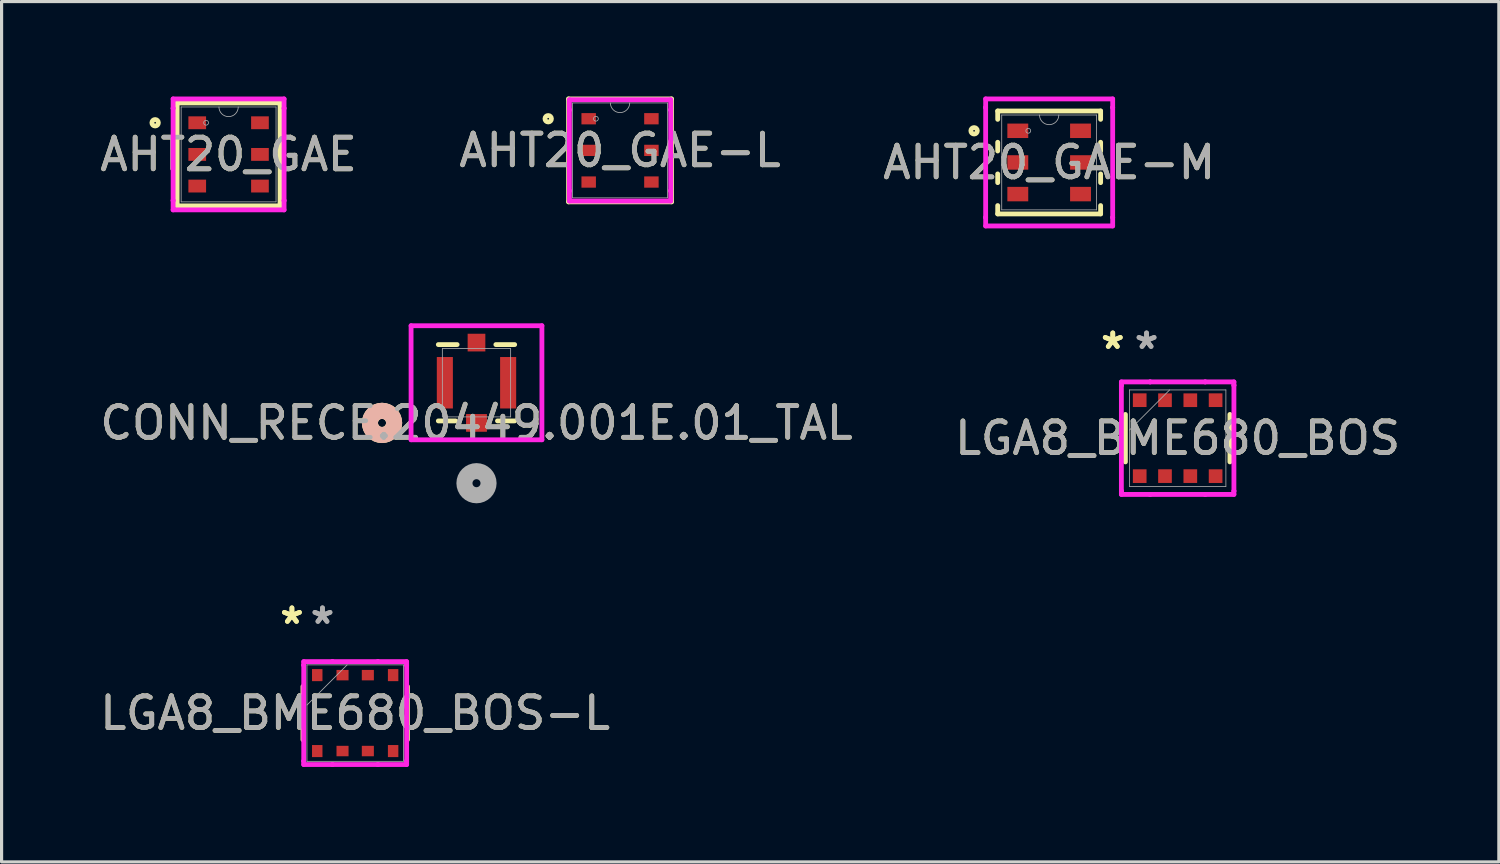
<source format=kicad_pcb>
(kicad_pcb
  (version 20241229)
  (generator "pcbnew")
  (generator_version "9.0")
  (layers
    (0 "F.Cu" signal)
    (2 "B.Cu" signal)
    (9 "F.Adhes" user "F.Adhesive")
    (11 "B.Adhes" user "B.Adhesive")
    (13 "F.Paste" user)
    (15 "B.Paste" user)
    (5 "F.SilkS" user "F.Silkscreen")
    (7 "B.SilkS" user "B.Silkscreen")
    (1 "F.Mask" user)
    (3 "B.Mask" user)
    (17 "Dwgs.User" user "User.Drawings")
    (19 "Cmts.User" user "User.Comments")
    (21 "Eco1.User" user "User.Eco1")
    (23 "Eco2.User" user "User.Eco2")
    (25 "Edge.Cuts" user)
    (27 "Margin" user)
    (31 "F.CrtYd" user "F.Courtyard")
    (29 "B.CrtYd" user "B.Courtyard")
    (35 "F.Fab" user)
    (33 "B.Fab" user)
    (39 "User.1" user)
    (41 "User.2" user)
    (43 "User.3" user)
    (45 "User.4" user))
  (footprint "AHT20_GAE-M"
    (layer "F.Cu")
    (at 30.101 2.083)
    (property "Reference" "AHT20_GAE-M" (at 0 0 0) (unlocked yes) (layer "F.SilkS") (effects (font (size 1 1) (thickness 0.15))))
    (attr smd)
    (fp_line (start -1.626 -1.626) (end -1.626 -1.362) (stroke (width 0.152) (type solid)) (layer "F.SilkS"))
    (fp_line (start -1.626 -0.638) (end -1.626 -0.362) (stroke (width 0.152) (type solid)) (layer "F.SilkS"))
    (fp_line (start -1.626 0.362) (end -1.626 0.638) (stroke (width 0.152) (type solid)) (layer "F.SilkS"))
    (fp_line (start -1.626 1.362) (end -1.626 1.626) (stroke (width 0.152) (type solid)) (layer "F.SilkS"))
    (fp_line (start -1.626 1.626) (end 1.626 1.626) (stroke (width 0.152) (type solid)) (layer "F.SilkS"))
    (fp_line (start 1.626 -1.626) (end -1.626 -1.626) (stroke (width 0.152) (type solid)) (layer "F.SilkS"))
    (fp_line (start 1.626 -1.362) (end 1.626 -1.626) (stroke (width 0.152) (type solid)) (layer "F.SilkS"))
    (fp_line (start 1.626 -0.362) (end 1.626 -0.638) (stroke (width 0.152) (type solid)) (layer "F.SilkS"))
    (fp_line (start 1.626 0.638) (end 1.626 0.362) (stroke (width 0.152) (type solid)) (layer "F.SilkS"))
    (fp_line (start 1.626 1.626) (end 1.626 1.362) (stroke (width 0.152) (type solid)) (layer "F.SilkS"))
    (fp_circle (center -2.372 -1) (end -2.27 -1) (stroke (width 0.152) (type solid)) (fill no) (layer "F.SilkS"))
    (fp_line (start -2.007 -2.007) (end 2.007 -2.007) (stroke (width 0.152) (type solid)) (layer "F.CrtYd"))
    (fp_line (start -2.007 -1.737) (end -2.007 -2.007) (stroke (width 0.152) (type solid)) (layer "F.CrtYd"))
    (fp_line (start -2.007 -1.737) (end -2.007 -1.737) (stroke (width 0.152) (type solid)) (layer "F.CrtYd"))
    (fp_line (start -2.007 1.737) (end -2.007 -1.737) (stroke (width 0.152) (type solid)) (layer "F.CrtYd"))
    (fp_line (start -2.007 1.737) (end -2.007 1.737) (stroke (width 0.152) (type solid)) (layer "F.CrtYd"))
    (fp_line (start -2.007 2.007) (end -2.007 1.737) (stroke (width 0.152) (type solid)) (layer "F.CrtYd"))
    (fp_line (start 2.007 -2.007) (end 2.007 -1.737) (stroke (width 0.152) (type solid)) (layer "F.CrtYd"))
    (fp_line (start 2.007 -1.737) (end 2.007 -1.737) (stroke (width 0.152) (type solid)) (layer "F.CrtYd"))
    (fp_line (start 2.007 -1.737) (end 2.007 1.737) (stroke (width 0.152) (type solid)) (layer "F.CrtYd"))
    (fp_line (start 2.007 1.737) (end 2.007 1.737) (stroke (width 0.152) (type solid)) (layer "F.CrtYd"))
    (fp_line (start 2.007 1.737) (end 2.007 2.007) (stroke (width 0.152) (type solid)) (layer "F.CrtYd"))
    (fp_line (start 2.007 2.007) (end -2.007 2.007) (stroke (width 0.152) (type solid)) (layer "F.CrtYd"))
    (fp_line (start -1.499 -1.499) (end -1.499 1.499) (stroke (width 0.025) (type solid)) (layer "F.Fab"))
    (fp_line (start -1.499 1.499) (end 1.499 1.499) (stroke (width 0.025) (type solid)) (layer "F.Fab"))
    (fp_line (start 1.499 -1.499) (end -1.499 -1.499) (stroke (width 0.025) (type solid)) (layer "F.Fab"))
    (fp_line (start 1.499 1.499) (end 1.499 -1.499) (stroke (width 0.025) (type solid)) (layer "F.Fab"))
    (fp_arc (start 0.3048 -1.4986) (mid 0 -1.1938) (end -0.3048 -1.4986) (stroke (width 0.0254) (type solid)) (layer "F.Fab"))
    (fp_circle (center -0.66 -1) (end -0.584 -1) (stroke (width 0.025) (type solid)) (fill no) (layer "F.Fab"))
    (fp_text user "${REFERENCE}" (at 0 0 0) (unlocked yes) (layer "F.Fab") (effects (font (size 1 1) (thickness 0.15))))
    (pad "1" smd rect (at -0.991 -1) (size 0.66 0.457) (layers "F.Cu" "F.Mask" "F.Paste"))
    (pad "2" smd rect (at -0.991 0) (size 0.66 0.457) (layers "F.Cu" "F.Mask" "F.Paste"))
    (pad "3" smd rect (at -0.991 1) (size 0.66 0.457) (layers "F.Cu" "F.Mask" "F.Paste"))
    (pad "4" smd rect (at 0.991 1) (size 0.66 0.457) (layers "F.Cu" "F.Mask" "F.Paste"))
    (pad "5" smd rect (at 0.991 0) (size 0.66 0.457) (layers "F.Cu" "F.Mask" "F.Paste"))
    (pad "6" smd rect (at 0.991 -1) (size 0.66 0.457) (layers "F.Cu" "F.Mask" "F.Paste")))
  (footprint "LGA8_BME680_BOS"
    (layer "F.Cu")
    (at 34.161 10.795)
    (property "Reference" "LGA8_BME680_BOS" (at 0 0 0) (unlocked yes) (layer "F.SilkS") (effects (font (size 1 1) (thickness 0.15))))
    (attr smd)
    (fp_line (start -1.651 -0.75) (end -1.651 0.75) (stroke (width 0.152) (type solid)) (layer "F.SilkS"))
    (fp_line (start 1.651 0.75) (end 1.651 -0.75) (stroke (width 0.152) (type solid)) (layer "F.SilkS"))
    (fp_line (start -1.778 -1.778) (end -0.87 -1.778) (stroke (width 0.152) (type solid)) (layer "F.CrtYd"))
    (fp_line (start -1.778 -1.67) (end -1.778 -1.778) (stroke (width 0.152) (type solid)) (layer "F.CrtYd"))
    (fp_line (start -1.778 -1.67) (end -1.778 -1.67) (stroke (width 0.152) (type solid)) (layer "F.CrtYd"))
    (fp_line (start -1.778 1.67) (end -1.778 -1.67) (stroke (width 0.152) (type solid)) (layer "F.CrtYd"))
    (fp_line (start -1.778 1.67) (end -1.778 1.67) (stroke (width 0.152) (type solid)) (layer "F.CrtYd"))
    (fp_line (start -1.778 1.778) (end -1.778 1.67) (stroke (width 0.152) (type solid)) (layer "F.CrtYd"))
    (fp_line (start -1.778 1.778) (end -0.87 1.778) (stroke (width 0.152) (type solid)) (layer "F.CrtYd"))
    (fp_line (start -0.87 -1.778) (end -0.87 -1.778) (stroke (width 0.152) (type solid)) (layer "F.CrtYd"))
    (fp_line (start -0.87 -1.778) (end 0.87 -1.778) (stroke (width 0.152) (type solid)) (layer "F.CrtYd"))
    (fp_line (start -0.87 1.778) (end -0.87 1.778) (stroke (width 0.152) (type solid)) (layer "F.CrtYd"))
    (fp_line (start -0.87 1.778) (end 0.87 1.778) (stroke (width 0.152) (type solid)) (layer "F.CrtYd"))
    (fp_line (start 0.87 -1.778) (end 0.87 -1.778) (stroke (width 0.152) (type solid)) (layer "F.CrtYd"))
    (fp_line (start 0.87 -1.778) (end 1.778 -1.778) (stroke (width 0.152) (type solid)) (layer "F.CrtYd"))
    (fp_line (start 0.87 1.778) (end 0.87 1.778) (stroke (width 0.152) (type solid)) (layer "F.CrtYd"))
    (fp_line (start 0.87 1.778) (end 1.778 1.778) (stroke (width 0.152) (type solid)) (layer "F.CrtYd"))
    (fp_line (start 1.778 -1.67) (end 1.778 -1.778) (stroke (width 0.152) (type solid)) (layer "F.CrtYd"))
    (fp_line (start 1.778 -1.67) (end 1.778 -1.67) (stroke (width 0.152) (type solid)) (layer "F.CrtYd"))
    (fp_line (start 1.778 1.67) (end 1.778 -1.67) (stroke (width 0.152) (type solid)) (layer "F.CrtYd"))
    (fp_line (start 1.778 1.67) (end 1.778 1.67) (stroke (width 0.152) (type solid)) (layer "F.CrtYd"))
    (fp_line (start 1.778 1.778) (end 1.778 1.67) (stroke (width 0.152) (type solid)) (layer "F.CrtYd"))
    (fp_line (start -1.524 -1.524) (end -1.524 1.524) (stroke (width 0.025) (type solid)) (layer "F.Fab"))
    (fp_line (start -1.524 -0.254) (end -0.254 -1.524) (stroke (width 0.025) (type solid)) (layer "F.Fab"))
    (fp_line (start -1.524 1.524) (end 1.524 1.524) (stroke (width 0.025) (type solid)) (layer "F.Fab"))
    (fp_line (start 1.524 -1.524) (end -1.524 -1.524) (stroke (width 0.025) (type solid)) (layer "F.Fab"))
    (fp_line (start 1.524 1.524) (end 1.524 -1.524) (stroke (width 0.025) (type solid)) (layer "F.Fab"))
    (fp_text user "*" (at -2.05 -2.781 0) (layer "F.SilkS") (effects (font (size 1 1) (thickness 0.15))))
    (fp_text user "*" (at -2.05 -2.781 0) (unlocked yes) (layer "F.SilkS") (effects (font (size 1 1) (thickness 0.15))))
    (fp_text user "*" (at -0.983 -2.781 0) (unlocked yes) (layer "F.Fab") (effects (font (size 1 1) (thickness 0.15))))
    (fp_text user "*" (at -0.983 -2.781 0) (layer "F.Fab") (effects (font (size 1 1) (thickness 0.15))))
    (fp_text user "${REFERENCE}" (at 0 0 0) (unlocked yes) (layer "F.Fab") (effects (font (size 1 1) (thickness 0.15))))
    (pad "1" smd rect (at -1.199 -1.2 90) (size 0.432 0.432) (layers "F.Cu" "F.Mask" "F.Paste"))
    (pad "2" smd rect (at -0.4 -1.199) (size 0.432 0.432) (layers "F.Cu" "F.Mask" "F.Paste"))
    (pad "3" smd rect (at 0.4 -1.199) (size 0.432 0.432) (layers "F.Cu" "F.Mask" "F.Paste"))
    (pad "4" smd rect (at 1.199 -1.2 90) (size 0.432 0.432) (layers "F.Cu" "F.Mask" "F.Paste"))
    (pad "5" smd rect (at 1.199 1.2 90) (size 0.432 0.432) (layers "F.Cu" "F.Mask" "F.Paste"))
    (pad "6" smd rect (at 0.4 1.199) (size 0.432 0.432) (layers "F.Cu" "F.Mask" "F.Paste"))
    (pad "7" smd rect (at -0.4 1.199) (size 0.432 0.432) (layers "F.Cu" "F.Mask" "F.Paste"))
    (pad "8" smd rect (at -1.199 1.2 90) (size 0.432 0.432) (layers "F.Cu" "F.Mask" "F.Paste")))
  (footprint "CONN_RECE.20449.001E.01_TAL"
    (layer "F.Cu")
    (at 12.006 9.044)
    (property "Reference" "CONN_RECE.20449.001E.01_TAL" (at 0 1.269 0) (unlocked yes) (layer "F.SilkS") (effects (font (size 1 1) (thickness 0.15))))
    (attr smd)
    (fp_line (start -1.206 1.206) (end -0.663 1.206) (stroke (width 0.152) (type solid)) (layer "F.SilkS"))
    (fp_line (start -0.612 -1.206) (end -1.206 -1.206) (stroke (width 0.152) (type solid)) (layer "F.SilkS"))
    (fp_line (start 0.663 1.206) (end 1.206 1.206) (stroke (width 0.152) (type solid)) (layer "F.SilkS"))
    (fp_line (start 1.206 -1.206) (end 0.612 -1.206) (stroke (width 0.152) (type solid)) (layer "F.SilkS"))
    (fp_circle (center -2.985 1.269) (end -2.603 1.269) (stroke (width 0.508) (type solid)) (fill no) (layer "F.SilkS"))
    (fp_circle (center -2.985 1.269) (end -2.603 1.269) (stroke (width 0.508) (type solid)) (fill no) (layer "B.SilkS"))
    (fp_line (start -2.067 -1.802) (end -2.067 1.802) (stroke (width 0.152) (type solid)) (layer "F.CrtYd"))
    (fp_line (start -2.067 1.802) (end 2.067 1.802) (stroke (width 0.152) (type solid)) (layer "F.CrtYd"))
    (fp_line (start 2.067 -1.802) (end -2.067 -1.802) (stroke (width 0.152) (type solid)) (layer "F.CrtYd"))
    (fp_line (start 2.067 1.802) (end 2.067 -1.802) (stroke (width 0.152) (type solid)) (layer "F.CrtYd"))
    (fp_line (start -1.079 -1.079) (end -1.079 1.079) (stroke (width 0.025) (type solid)) (layer "F.Fab"))
    (fp_line (start -1.079 1.079) (end 1.079 1.079) (stroke (width 0.025) (type solid)) (layer "F.Fab"))
    (fp_line (start 1.079 -1.079) (end -1.079 -1.079) (stroke (width 0.025) (type solid)) (layer "F.Fab"))
    (fp_line (start 1.079 1.079) (end 1.079 -1.079) (stroke (width 0.025) (type solid)) (layer "F.Fab"))
    (fp_circle (center 0 3.174) (end 0.381 3.174) (stroke (width 0.508) (type solid)) (fill no) (layer "F.Fab"))
    (fp_text user "${REFERENCE}" (at 0 1.269 0) (unlocked yes) (layer "F.Fab") (effects (font (size 1 1) (thickness 0.15))))
    (pad "1" smd rect (at 0 1.269) (size 0.66 0.559) (layers "F.Cu" "F.Mask" "F.Paste"))
    (pad "2" smd rect (at -1 -0.000084 90) (size 1.626 0.508) (layers "F.Cu" "F.Mask" "F.Paste"))
    (pad "3" smd rect (at 1 -0.000084 90) (size 1.626 0.508) (layers "F.Cu" "F.Mask" "F.Paste"))
    (pad "4" smd rect (at 0 -1.269) (size 0.559 0.559) (layers "F.Cu" "F.Mask" "F.Paste")))
  (footprint "LGA8_BME680_BOS-L"
    (layer "F.Cu")
    (at 8.173 19.482)
    (property "Reference" "LGA8_BME680_BOS-L" (at 0 0 0) (unlocked yes) (layer "F.SilkS") (effects (font (size 1 1) (thickness 0.15))))
    (attr smd)
    (fp_line (start -1.651 -0.841) (end -1.651 0.841) (stroke (width 0.152) (type solid)) (layer "F.SilkS"))
    (fp_line (start 1.651 0.841) (end 1.651 -0.841) (stroke (width 0.152) (type solid)) (layer "F.SilkS"))
    (fp_line (start -1.626 -1.626) (end -0.718 -1.626) (stroke (width 0.152) (type solid)) (layer "F.CrtYd"))
    (fp_line (start -1.626 -1.518) (end -1.626 -1.626) (stroke (width 0.152) (type solid)) (layer "F.CrtYd"))
    (fp_line (start -1.626 -1.518) (end -1.626 -1.518) (stroke (width 0.152) (type solid)) (layer "F.CrtYd"))
    (fp_line (start -1.626 1.518) (end -1.626 -1.518) (stroke (width 0.152) (type solid)) (layer "F.CrtYd"))
    (fp_line (start -1.626 1.518) (end -1.626 1.518) (stroke (width 0.152) (type solid)) (layer "F.CrtYd"))
    (fp_line (start -1.626 1.626) (end -1.626 1.518) (stroke (width 0.152) (type solid)) (layer "F.CrtYd"))
    (fp_line (start -1.626 1.626) (end -0.718 1.626) (stroke (width 0.152) (type solid)) (layer "F.CrtYd"))
    (fp_line (start -0.718 -1.626) (end -0.718 -1.626) (stroke (width 0.152) (type solid)) (layer "F.CrtYd"))
    (fp_line (start -0.718 -1.626) (end 0.718 -1.626) (stroke (width 0.152) (type solid)) (layer "F.CrtYd"))
    (fp_line (start -0.718 1.626) (end -0.718 1.626) (stroke (width 0.152) (type solid)) (layer "F.CrtYd"))
    (fp_line (start -0.718 1.626) (end 0.718 1.626) (stroke (width 0.152) (type solid)) (layer "F.CrtYd"))
    (fp_line (start 0.718 -1.626) (end 0.718 -1.626) (stroke (width 0.152) (type solid)) (layer "F.CrtYd"))
    (fp_line (start 0.718 -1.626) (end 1.626 -1.626) (stroke (width 0.152) (type solid)) (layer "F.CrtYd"))
    (fp_line (start 0.718 1.626) (end 0.718 1.626) (stroke (width 0.152) (type solid)) (layer "F.CrtYd"))
    (fp_line (start 0.718 1.626) (end 1.626 1.626) (stroke (width 0.152) (type solid)) (layer "F.CrtYd"))
    (fp_line (start 1.626 -1.518) (end 1.626 -1.626) (stroke (width 0.152) (type solid)) (layer "F.CrtYd"))
    (fp_line (start 1.626 -1.518) (end 1.626 -1.518) (stroke (width 0.152) (type solid)) (layer "F.CrtYd"))
    (fp_line (start 1.626 1.518) (end 1.626 -1.518) (stroke (width 0.152) (type solid)) (layer "F.CrtYd"))
    (fp_line (start 1.626 1.518) (end 1.626 1.518) (stroke (width 0.152) (type solid)) (layer "F.CrtYd"))
    (fp_line (start 1.626 1.626) (end 1.626 1.518) (stroke (width 0.152) (type solid)) (layer "F.CrtYd"))
    (fp_line (start -1.524 -1.524) (end -1.524 1.524) (stroke (width 0.025) (type solid)) (layer "F.Fab"))
    (fp_line (start -1.524 -0.254) (end -0.254 -1.524) (stroke (width 0.025) (type solid)) (layer "F.Fab"))
    (fp_line (start -1.524 1.524) (end 1.524 1.524) (stroke (width 0.025) (type solid)) (layer "F.Fab"))
    (fp_line (start 1.524 -1.524) (end -1.524 -1.524) (stroke (width 0.025) (type solid)) (layer "F.Fab"))
    (fp_line (start 1.524 1.524) (end 1.524 -1.524) (stroke (width 0.025) (type solid)) (layer "F.Fab"))
    (fp_text user "*" (at -1.999 -2.781 0) (unlocked yes) (layer "F.SilkS") (effects (font (size 1 1) (thickness 0.15))))
    (fp_text user "*" (at -1.999 -2.781 0) (layer "F.SilkS") (effects (font (size 1 1) (thickness 0.15))))
    (fp_text user "*" (at -1.034 -2.781 0) (layer "F.Fab") (effects (font (size 1 1) (thickness 0.15))))
    (fp_text user "${REFERENCE}" (at 0 0 0) (unlocked yes) (layer "F.Fab") (effects (font (size 1 1) (thickness 0.15))))
    (fp_text user "*" (at -1.034 -2.781 0) (unlocked yes) (layer "F.Fab") (effects (font (size 1 1) (thickness 0.15))))
    (pad "1" smd rect (at -1.199 -1.2 90) (size 0.381 0.33) (layers "F.Cu" "F.Mask" "F.Paste"))
    (pad "2" smd rect (at -0.4 -1.199) (size 0.381 0.33) (layers "F.Cu" "F.Mask" "F.Paste"))
    (pad "3" smd rect (at 0.4 -1.199) (size 0.381 0.33) (layers "F.Cu" "F.Mask" "F.Paste"))
    (pad "4" smd rect (at 1.199 -1.2 90) (size 0.381 0.33) (layers "F.Cu" "F.Mask" "F.Paste"))
    (pad "5" smd rect (at 1.199 1.2 90) (size 0.381 0.33) (layers "F.Cu" "F.Mask" "F.Paste"))
    (pad "6" smd rect (at 0.4 1.199) (size 0.381 0.33) (layers "F.Cu" "F.Mask" "F.Paste"))
    (pad "7" smd rect (at -0.4 1.199) (size 0.381 0.33) (layers "F.Cu" "F.Mask" "F.Paste"))
    (pad "8" smd rect (at -1.199 1.2 90) (size 0.381 0.33) (layers "F.Cu" "F.Mask" "F.Paste")))
  (footprint "AHT20_GAE-L"
    (layer "F.Cu")
    (at 16.542 1.702)
    (property "Reference" "AHT20_GAE-L" (at 0 0 0) (unlocked yes) (layer "F.SilkS") (effects (font (size 1 1) (thickness 0.15))))
    (attr smd)
    (fp_line (start -1.626 -1.626) (end -1.626 1.626) (stroke (width 0.152) (type solid)) (layer "F.SilkS"))
    (fp_line (start -1.626 1.626) (end 1.626 1.626) (stroke (width 0.152) (type solid)) (layer "F.SilkS"))
    (fp_line (start 1.626 -1.626) (end -1.626 -1.626) (stroke (width 0.152) (type solid)) (layer "F.SilkS"))
    (fp_line (start 1.626 1.626) (end 1.626 -1.626) (stroke (width 0.152) (type solid)) (layer "F.SilkS"))
    (fp_circle (center -2.27 -1) (end -2.168 -1) (stroke (width 0.152) (type solid)) (fill no) (layer "F.SilkS"))
    (fp_line (start -1.6 -1.6) (end 1.6 -1.6) (stroke (width 0.152) (type solid)) (layer "F.CrtYd"))
    (fp_line (start -1.6 -1.279) (end -1.6 -1.6) (stroke (width 0.152) (type solid)) (layer "F.CrtYd"))
    (fp_line (start -1.6 -1.279) (end -1.6 -1.279) (stroke (width 0.152) (type solid)) (layer "F.CrtYd"))
    (fp_line (start -1.6 1.279) (end -1.6 -1.279) (stroke (width 0.152) (type solid)) (layer "F.CrtYd"))
    (fp_line (start -1.6 1.279) (end -1.6 1.279) (stroke (width 0.152) (type solid)) (layer "F.CrtYd"))
    (fp_line (start -1.6 1.6) (end -1.6 1.279) (stroke (width 0.152) (type solid)) (layer "F.CrtYd"))
    (fp_line (start 1.6 -1.6) (end 1.6 -1.279) (stroke (width 0.152) (type solid)) (layer "F.CrtYd"))
    (fp_line (start 1.6 -1.279) (end 1.6 -1.279) (stroke (width 0.152) (type solid)) (layer "F.CrtYd"))
    (fp_line (start 1.6 -1.279) (end 1.6 1.279) (stroke (width 0.152) (type solid)) (layer "F.CrtYd"))
    (fp_line (start 1.6 1.279) (end 1.6 1.279) (stroke (width 0.152) (type solid)) (layer "F.CrtYd"))
    (fp_line (start 1.6 1.279) (end 1.6 1.6) (stroke (width 0.152) (type solid)) (layer "F.CrtYd"))
    (fp_line (start 1.6 1.6) (end -1.6 1.6) (stroke (width 0.152) (type solid)) (layer "F.CrtYd"))
    (fp_line (start -1.499 -1.499) (end -1.499 1.499) (stroke (width 0.025) (type solid)) (layer "F.Fab"))
    (fp_line (start -1.499 1.499) (end 1.499 1.499) (stroke (width 0.025) (type solid)) (layer "F.Fab"))
    (fp_line (start 1.499 -1.499) (end -1.499 -1.499) (stroke (width 0.025) (type solid)) (layer "F.Fab"))
    (fp_line (start 1.499 1.499) (end 1.499 -1.499) (stroke (width 0.025) (type solid)) (layer "F.Fab"))
    (fp_arc (start 0.3048 -1.4986) (mid 0 -1.1938) (end -0.3048 -1.4986) (stroke (width 0.0254) (type solid)) (layer "F.Fab"))
    (fp_circle (center -0.762 -1) (end -0.686 -1) (stroke (width 0.025) (type solid)) (fill no) (layer "F.Fab"))
    (fp_text user "${REFERENCE}" (at 0 0 0) (unlocked yes) (layer "F.Fab") (effects (font (size 1 1) (thickness 0.15))))
    (pad "1" smd rect (at -0.991 -1) (size 0.457 0.356) (layers "F.Cu" "F.Mask" "F.Paste"))
    (pad "2" smd rect (at -0.991 0) (size 0.457 0.356) (layers "F.Cu" "F.Mask" "F.Paste"))
    (pad "3" smd rect (at -0.991 1) (size 0.457 0.356) (layers "F.Cu" "F.Mask" "F.Paste"))
    (pad "4" smd rect (at 0.991 1) (size 0.457 0.356) (layers "F.Cu" "F.Mask" "F.Paste"))
    (pad "5" smd rect (at 0.991 0) (size 0.457 0.356) (layers "F.Cu" "F.Mask" "F.Paste"))
    (pad "6" smd rect (at 0.991 -1) (size 0.457 0.356) (layers "F.Cu" "F.Mask" "F.Paste")))
  (footprint "AHT20_GAE"
    (layer "F.Cu")
    (at 4.173 1.829)
    (property "Reference" "AHT20_GAE" (at 0 0 0) (unlocked yes) (layer "F.SilkS") (effects (font (size 1 1) (thickness 0.15))))
    (attr smd)
    (fp_line (start -1.626 -1.626) (end -1.626 1.626) (stroke (width 0.152) (type solid)) (layer "F.SilkS"))
    (fp_line (start -1.626 1.626) (end 1.626 1.626) (stroke (width 0.152) (type solid)) (layer "F.SilkS"))
    (fp_line (start 1.626 -1.626) (end -1.626 -1.626) (stroke (width 0.152) (type solid)) (layer "F.SilkS"))
    (fp_line (start 1.626 1.626) (end 1.626 -1.626) (stroke (width 0.152) (type solid)) (layer "F.SilkS"))
    (fp_circle (center -2.321 -1) (end -2.219 -1) (stroke (width 0.152) (type solid)) (fill no) (layer "F.SilkS"))
    (fp_line (start -1.753 -1.753) (end 1.753 -1.753) (stroke (width 0.152) (type solid)) (layer "F.CrtYd"))
    (fp_line (start -1.753 -1.457) (end -1.753 -1.753) (stroke (width 0.152) (type solid)) (layer "F.CrtYd"))
    (fp_line (start -1.753 -1.457) (end -1.753 -1.457) (stroke (width 0.152) (type solid)) (layer "F.CrtYd"))
    (fp_line (start -1.753 1.457) (end -1.753 -1.457) (stroke (width 0.152) (type solid)) (layer "F.CrtYd"))
    (fp_line (start -1.753 1.457) (end -1.753 1.457) (stroke (width 0.152) (type solid)) (layer "F.CrtYd"))
    (fp_line (start -1.753 1.753) (end -1.753 1.457) (stroke (width 0.152) (type solid)) (layer "F.CrtYd"))
    (fp_line (start 1.753 -1.753) (end 1.753 -1.457) (stroke (width 0.152) (type solid)) (layer "F.CrtYd"))
    (fp_line (start 1.753 -1.457) (end 1.753 -1.457) (stroke (width 0.152) (type solid)) (layer "F.CrtYd"))
    (fp_line (start 1.753 -1.457) (end 1.753 1.457) (stroke (width 0.152) (type solid)) (layer "F.CrtYd"))
    (fp_line (start 1.753 1.457) (end 1.753 1.457) (stroke (width 0.152) (type solid)) (layer "F.CrtYd"))
    (fp_line (start 1.753 1.457) (end 1.753 1.753) (stroke (width 0.152) (type solid)) (layer "F.CrtYd"))
    (fp_line (start 1.753 1.753) (end -1.753 1.753) (stroke (width 0.152) (type solid)) (layer "F.CrtYd"))
    (fp_line (start -1.499 -1.499) (end -1.499 1.499) (stroke (width 0.025) (type solid)) (layer "F.Fab"))
    (fp_line (start -1.499 1.499) (end 1.499 1.499) (stroke (width 0.025) (type solid)) (layer "F.Fab"))
    (fp_line (start 1.499 -1.499) (end -1.499 -1.499) (stroke (width 0.025) (type solid)) (layer "F.Fab"))
    (fp_line (start 1.499 1.499) (end 1.499 -1.499) (stroke (width 0.025) (type solid)) (layer "F.Fab"))
    (fp_arc (start 0.3048 -1.4986) (mid 0 -1.1938) (end -0.3048 -1.4986) (stroke (width 0.0254) (type solid)) (layer "F.Fab"))
    (fp_circle (center -0.711 -1) (end -0.635 -1) (stroke (width 0.025) (type solid)) (fill no) (layer "F.Fab"))
    (fp_text user "${REFERENCE}" (at 0 0 0) (unlocked yes) (layer "F.Fab") (effects (font (size 1 1) (thickness 0.15))))
    (pad "1" smd rect (at -0.991 -1) (size 0.559 0.406) (layers "F.Cu" "F.Mask" "F.Paste"))
    (pad "2" smd rect (at -0.991 0) (size 0.559 0.406) (layers "F.Cu" "F.Mask" "F.Paste"))
    (pad "3" smd rect (at -0.991 1) (size 0.559 0.406) (layers "F.Cu" "F.Mask" "F.Paste"))
    (pad "4" smd rect (at 0.991 1) (size 0.559 0.406) (layers "F.Cu" "F.Mask" "F.Paste"))
    (pad "5" smd rect (at 0.991 0) (size 0.559 0.406) (layers "F.Cu" "F.Mask" "F.Paste"))
    (pad "6" smd rect (at 0.991 -1) (size 0.559 0.406) (layers "F.Cu" "F.Mask" "F.Paste")))
  (gr_rect
    (start -3 -3)
    (end 44.31 24.184)
    (stroke (width 0.1) (type default))
    (fill no)
    (layer "Edge.Cuts")))
</source>
